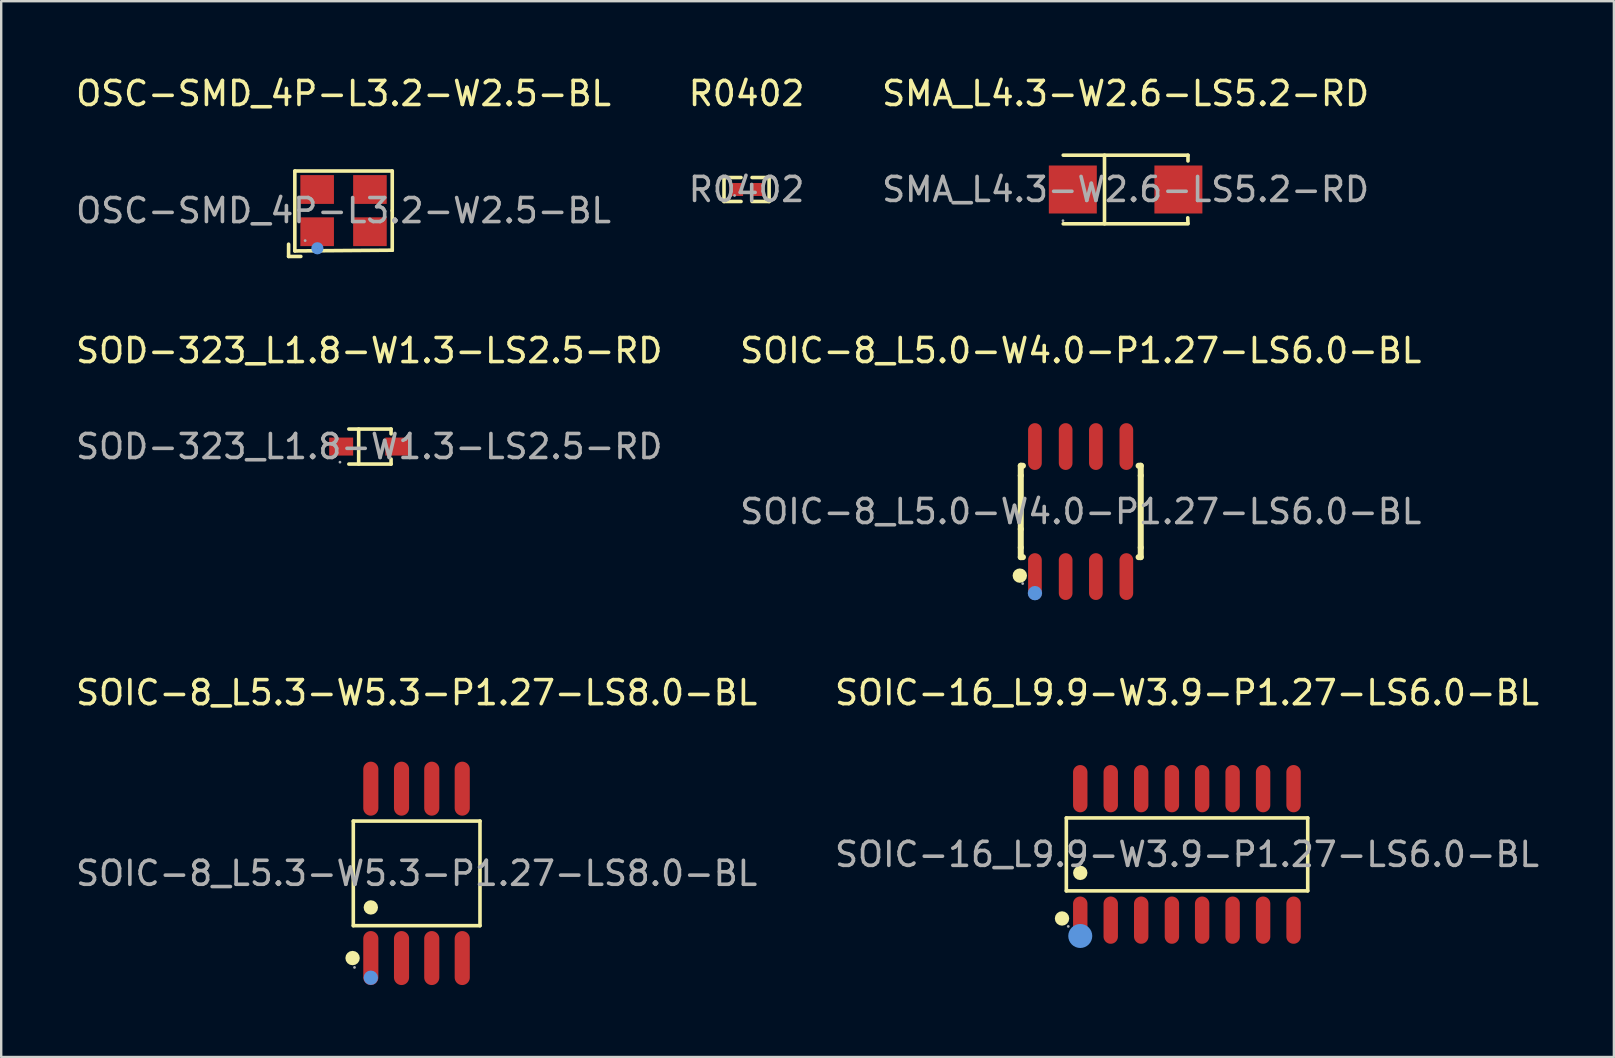
<source format=kicad_pcb>
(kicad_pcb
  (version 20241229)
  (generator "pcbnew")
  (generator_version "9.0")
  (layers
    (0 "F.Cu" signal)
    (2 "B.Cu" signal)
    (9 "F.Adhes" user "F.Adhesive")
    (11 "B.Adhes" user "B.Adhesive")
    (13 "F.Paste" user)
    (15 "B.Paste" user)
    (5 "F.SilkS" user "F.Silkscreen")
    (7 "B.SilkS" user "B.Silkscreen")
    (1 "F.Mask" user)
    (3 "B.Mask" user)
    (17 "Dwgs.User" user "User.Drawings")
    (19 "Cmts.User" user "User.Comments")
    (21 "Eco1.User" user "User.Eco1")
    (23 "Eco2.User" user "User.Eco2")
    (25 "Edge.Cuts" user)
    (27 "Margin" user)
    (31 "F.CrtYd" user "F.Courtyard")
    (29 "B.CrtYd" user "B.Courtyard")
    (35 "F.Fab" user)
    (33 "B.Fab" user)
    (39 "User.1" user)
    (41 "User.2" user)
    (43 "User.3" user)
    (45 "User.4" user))
  (footprint "SOIC-16_L9.9-W3.9-P1.27-LS6.0-BL"
    (layer "F.Cu")
    (at 46.423 32.56)
    (property "Reference" "SOIC-16_L9.9-W3.9-P1.27-LS6.0-BL" (at 0 -6.74 0) (layer "F.SilkS") (effects (font (size 1 1) (thickness 0.15))))
    (attr through_hole)
    (fp_line (start -5.03 -1.52) (end 5.03 -1.52) (stroke (width 0.15) (type solid)) (layer "F.SilkS"))
    (fp_line (start -5.03 1.52) (end -5.03 -1.52) (stroke (width 0.15) (type solid)) (layer "F.SilkS"))
    (fp_line (start 5.03 -1.52) (end 5.03 1.52) (stroke (width 0.15) (type solid)) (layer "F.SilkS"))
    (fp_line (start 5.03 1.52) (end -5.03 1.52) (stroke (width 0.15) (type solid)) (layer "F.SilkS"))
    (fp_circle (center -5.21 2.67) (end -5.06 2.67) (stroke (width 0.3) (type solid)) (fill no) (layer "F.SilkS"))
    (fp_circle (center -4.45 0.77) (end -4.3 0.77) (stroke (width 0.3) (type solid)) (fill no) (layer "F.SilkS"))
    (fp_circle (center -4.45 3.4) (end -4.2 3.4) (stroke (width 0.5) (type solid)) (fill no) (layer "Cmts.User"))
    (fp_circle (center -4.95 3) (end -4.92 3) (stroke (width 0.06) (type solid)) (fill no) (layer "F.Fab"))
    (fp_text user "${REFERENCE}" (at 0 0 0) (layer "F.Fab") (effects (font (size 1 1) (thickness 0.15))))
    (pad "1" smd oval (at -4.45 2.74) (size 0.6 1.97) (layers "F.Cu" "F.Mask" "F.Paste"))
    (pad "2" smd oval (at -3.18 2.74) (size 0.6 1.97) (layers "F.Cu" "F.Mask" "F.Paste"))
    (pad "3" smd oval (at -1.91 2.74) (size 0.6 1.97) (layers "F.Cu" "F.Mask" "F.Paste"))
    (pad "4" smd oval (at -0.63 2.74) (size 0.6 1.97) (layers "F.Cu" "F.Mask" "F.Paste"))
    (pad "5" smd oval (at 0.63 2.74) (size 0.6 1.97) (layers "F.Cu" "F.Mask" "F.Paste"))
    (pad "6" smd oval (at 1.9 2.74) (size 0.6 1.97) (layers "F.Cu" "F.Mask" "F.Paste"))
    (pad "7" smd oval (at 3.17 2.74) (size 0.6 1.97) (layers "F.Cu" "F.Mask" "F.Paste"))
    (pad "8" smd oval (at 4.44 2.74) (size 0.6 1.97) (layers "F.Cu" "F.Mask" "F.Paste"))
    (pad "9" smd oval (at 4.44 -2.74) (size 0.6 1.97) (layers "F.Cu" "F.Mask" "F.Paste"))
    (pad "10" smd oval (at 3.17 -2.74) (size 0.6 1.97) (layers "F.Cu" "F.Mask" "F.Paste"))
    (pad "11" smd oval (at 1.9 -2.74) (size 0.6 1.97) (layers "F.Cu" "F.Mask" "F.Paste"))
    (pad "12" smd oval (at 0.63 -2.74) (size 0.6 1.97) (layers "F.Cu" "F.Mask" "F.Paste"))
    (pad "13" smd oval (at -0.63 -2.74) (size 0.6 1.97) (layers "F.Cu" "F.Mask" "F.Paste"))
    (pad "14" smd oval (at -1.91 -2.74) (size 0.6 1.97) (layers "F.Cu" "F.Mask" "F.Paste"))
    (pad "15" smd oval (at -3.18 -2.74) (size 0.6 1.97) (layers "F.Cu" "F.Mask" "F.Paste"))
    (pad "16" smd oval (at -4.45 -2.74) (size 0.6 1.97) (layers "F.Cu" "F.Mask" "F.Paste")))
  (footprint "SOD-323_L1.8-W1.3-LS2.5-RD"
    (layer "F.Cu")
    (at 12.339 15.562)
    (property "Reference" "SOD-323_L1.8-W1.3-LS2.5-RD" (at 0 -4 0) (layer "F.SilkS") (effects (font (size 1 1) (thickness 0.15))))
    (attr through_hole)
    (fp_line (start -0.85 -0.73) (end 0.91 -0.73) (stroke (width 0.15) (type solid)) (layer "F.SilkS"))
    (fp_line (start -0.85 0.73) (end 0.91 0.73) (stroke (width 0.15) (type solid)) (layer "F.SilkS"))
    (fp_line (start -0.44 -0.73) (end -0.44 0.73) (stroke (width 0.15) (type solid)) (layer "F.SilkS"))
    (fp_line (start 0.91 -0.73) (end 0.91 -0.53) (stroke (width 0.15) (type solid)) (layer "F.SilkS"))
    (fp_line (start 0.91 0.73) (end 0.91 0.52) (stroke (width 0.15) (type solid)) (layer "F.SilkS"))
    (fp_circle (center -1.22 0.65) (end -1.19 0.65) (stroke (width 0.06) (type solid)) (fill no) (layer "F.Fab"))
    (fp_text user "${REFERENCE}" (at 0 0 0) (layer "F.Fab") (effects (font (size 1 1) (thickness 0.15))))
    (pad "1" smd rect (at -1.17 0) (size 1 0.75) (layers "F.Cu" "F.Mask" "F.Paste"))
    (pad "2" smd rect (at 1.17 0) (size 1 0.75) (layers "F.Cu" "F.Mask" "F.Paste")))
  (footprint "OSC-SMD_4P-L3.2-W2.5-BL"
    (layer "F.Cu")
    (at 11.268 5.728)
    (property "Reference" "OSC-SMD_4P-L3.2-W2.5-BL" (at 0 -4.88 0) (layer "F.SilkS") (effects (font (size 1 1) (thickness 0.15))))
    (attr through_hole)
    (fp_line (start -2.29 1.4) (end -2.29 1.91) (stroke (width 0.15) (type solid)) (layer "F.SilkS"))
    (fp_line (start -2.29 1.91) (end -1.78 1.91) (stroke (width 0.15) (type solid)) (layer "F.SilkS"))
    (fp_line (start -2.03 -1.65) (end 2.03 -1.65) (stroke (width 0.15) (type solid)) (layer "F.SilkS"))
    (fp_line (start -2.03 1.68) (end -2.03 -1.65) (stroke (width 0.15) (type solid)) (layer "F.SilkS"))
    (fp_line (start 2.03 -1.65) (end 2.03 0) (stroke (width 0.15) (type solid)) (layer "F.SilkS"))
    (fp_line (start 2.03 0) (end 2.03 1.65) (stroke (width 0.15) (type solid)) (layer "F.SilkS"))
    (fp_line (start 2.03 1.65) (end -2.03 1.68) (stroke (width 0.15) (type solid)) (layer "F.SilkS"))
    (fp_line (start 2.03 1.65) (end 2.03 1.65) (stroke (width 0.15) (type solid)) (layer "F.SilkS"))
    (fp_circle (center -1.09 1.57) (end -0.96 1.57) (stroke (width 0.25) (type solid)) (fill no) (layer "Cmts.User"))
    (fp_circle (center -1.6 1.25) (end -1.57 1.25) (stroke (width 0.06) (type solid)) (fill no) (layer "F.Fab"))
    (fp_text user "${REFERENCE}" (at 0 0 0) (layer "F.Fab") (effects (font (size 1 1) (thickness 0.15))))
    (pad "1" smd rect (at -1.1 0.88) (size 1.4 1.2) (layers "F.Cu" "F.Mask" "F.Paste"))
    (pad "2" smd rect (at 1.1 0.88) (size 1.4 1.2) (layers "F.Cu" "F.Mask" "F.Paste"))
    (pad "3" smd rect (at 1.1 -0.88) (size 1.4 1.2) (layers "F.Cu" "F.Mask" "F.Paste"))
    (pad "4" smd rect (at -1.1 -0.88) (size 1.4 1.2) (layers "F.Cu" "F.Mask" "F.Paste")))
  (footprint "SOIC-8_L5.0-W4.0-P1.27-LS6.0-BL"
    (layer "F.Cu")
    (at 41.994 18.271)
    (property "Reference" "SOIC-8_L5.0-W4.0-P1.27-LS6.0-BL" (at 0 -6.71 0) (layer "F.SilkS") (effects (font (size 1 1) (thickness 0.15))))
    (attr through_hole)
    (fp_line (start -2.5 -1.91) (end -2.41 -1.91) (stroke (width 0.25) (type solid)) (layer "F.SilkS"))
    (fp_line (start -2.5 -1.5) (end -2.5 -1.91) (stroke (width 0.25) (type solid)) (layer "F.SilkS"))
    (fp_line (start -2.5 -1.5) (end -2.5 0.73) (stroke (width 0.25) (type solid)) (layer "F.SilkS"))
    (fp_line (start -2.5 1.5) (end -2.5 0.73) (stroke (width 0.25) (type solid)) (layer "F.SilkS"))
    (fp_line (start -2.5 1.5) (end -2.5 1.9) (stroke (width 0.25) (type solid)) (layer "F.SilkS"))
    (fp_line (start -2.5 1.9) (end -2.41 1.9) (stroke (width 0.25) (type solid)) (layer "F.SilkS"))
    (fp_line (start 2.5 -1.91) (end 2.41 -1.91) (stroke (width 0.25) (type solid)) (layer "F.SilkS"))
    (fp_line (start 2.5 -1.5) (end 2.5 -1.91) (stroke (width 0.25) (type solid)) (layer "F.SilkS"))
    (fp_line (start 2.5 -1.5) (end 2.5 1.5) (stroke (width 0.25) (type solid)) (layer "F.SilkS"))
    (fp_line (start 2.5 1.5) (end 2.5 1.9) (stroke (width 0.25) (type solid)) (layer "F.SilkS"))
    (fp_line (start 2.5 1.9) (end 2.41 1.9) (stroke (width 0.25) (type solid)) (layer "F.SilkS"))
    (fp_circle (center -2.54 2.67) (end -2.39 2.67) (stroke (width 0.3) (type solid)) (fill no) (layer "F.SilkS"))
    (fp_circle (center -1.91 3.4) (end -1.76 3.4) (stroke (width 0.3) (type solid)) (fill no) (layer "Cmts.User"))
    (fp_circle (center -2.42 3) (end -2.39 3) (stroke (width 0.06) (type solid)) (fill no) (layer "F.Fab"))
    (fp_text user "${REFERENCE}" (at 0 0 0) (layer "F.Fab") (effects (font (size 1 1) (thickness 0.15))))
    (pad "1" smd oval (at -1.91 2.71) (size 0.57 1.95) (layers "F.Cu" "F.Mask" "F.Paste"))
    (pad "2" smd oval (at -0.63 2.71) (size 0.57 1.95) (layers "F.Cu" "F.Mask" "F.Paste"))
    (pad "3" smd oval (at 0.63 2.71) (size 0.57 1.95) (layers "F.Cu" "F.Mask" "F.Paste"))
    (pad "4" smd oval (at 1.9 2.71) (size 0.57 1.95) (layers "F.Cu" "F.Mask" "F.Paste"))
    (pad "5" smd oval (at 1.9 -2.71) (size 0.57 1.95) (layers "F.Cu" "F.Mask" "F.Paste"))
    (pad "6" smd oval (at 0.63 -2.71) (size 0.57 1.95) (layers "F.Cu" "F.Mask" "F.Paste"))
    (pad "7" smd oval (at -0.63 -2.71) (size 0.57 1.95) (layers "F.Cu" "F.Mask" "F.Paste"))
    (pad "8" smd oval (at -1.91 -2.71) (size 0.57 1.95) (layers "F.Cu" "F.Mask" "F.Paste")))
  (footprint "SMA_L4.3-W2.6-LS5.2-RD"
    (layer "F.Cu")
    (at 43.863 4.848)
    (property "Reference" "SMA_L4.3-W2.6-LS5.2-RD" (at 0 -4 0) (layer "F.SilkS") (effects (font (size 1 1) (thickness 0.15))))
    (attr through_hole)
    (fp_line (start -2.6 -1.43) (end 2.6 -1.43) (stroke (width 0.15) (type solid)) (layer "F.SilkS"))
    (fp_line (start -2.6 1.43) (end 2.6 1.43) (stroke (width 0.15) (type solid)) (layer "F.SilkS"))
    (fp_line (start -0.88 -1.43) (end -0.88 1.43) (stroke (width 0.15) (type solid)) (layer "F.SilkS"))
    (fp_line (start 2.59 1.18) (end 2.6 1.41) (stroke (width 0.15) (type solid)) (layer "F.SilkS"))
    (fp_line (start 2.6 -1.43) (end 2.6 -1.19) (stroke (width 0.15) (type solid)) (layer "F.SilkS"))
    (fp_circle (center -2.61 1.3) (end -2.58 1.3) (stroke (width 0.06) (type solid)) (fill no) (layer "F.Fab"))
    (fp_text user "${REFERENCE}" (at 0 0 0) (layer "F.Fab") (effects (font (size 1 1) (thickness 0.15))))
    (pad "1" smd rect (at -2.2 0 180) (size 2 2) (layers "F.Cu" "F.Mask" "F.Paste"))
    (pad "2" smd rect (at 2.2 0 180) (size 2 2) (layers "F.Cu" "F.Mask" "F.Paste")))
  (footprint "SOIC-8_L5.3-W5.3-P1.27-LS8.0-BL"
    (layer "F.Cu")
    (at 14.315 33.35)
    (property "Reference" "SOIC-8_L5.3-W5.3-P1.27-LS8.0-BL" (at 0 -7.53 0) (layer "F.SilkS") (effects (font (size 1 1) (thickness 0.15))))
    (attr through_hole)
    (fp_line (start -2.64 -2.18) (end 2.64 -2.18) (stroke (width 0.15) (type solid)) (layer "F.SilkS"))
    (fp_line (start -2.64 2.18) (end -2.64 -2.18) (stroke (width 0.15) (type solid)) (layer "F.SilkS"))
    (fp_line (start 2.64 -2.18) (end 2.64 2.18) (stroke (width 0.15) (type solid)) (layer "F.SilkS"))
    (fp_line (start 2.64 2.18) (end -2.64 2.18) (stroke (width 0.15) (type solid)) (layer "F.SilkS"))
    (fp_circle (center -2.67 3.53) (end -2.52 3.53) (stroke (width 0.3) (type solid)) (fill no) (layer "F.SilkS"))
    (fp_circle (center -1.91 1.42) (end -1.76 1.42) (stroke (width 0.3) (type solid)) (fill no) (layer "F.SilkS"))
    (fp_circle (center -1.91 4.35) (end -1.76 4.35) (stroke (width 0.3) (type solid)) (fill no) (layer "Cmts.User"))
    (fp_circle (center -2.59 3.92) (end -2.56 3.92) (stroke (width 0.06) (type solid)) (fill no) (layer "F.Fab"))
    (fp_text user "${REFERENCE}" (at 0 0 0) (layer "F.Fab") (effects (font (size 1 1) (thickness 0.15))))
    (pad "1" smd oval (at -1.91 3.53) (size 0.63 2.25) (layers "F.Cu" "F.Mask" "F.Paste"))
    (pad "2" smd oval (at -0.63 3.53) (size 0.63 2.25) (layers "F.Cu" "F.Mask" "F.Paste"))
    (pad "3" smd oval (at 0.63 3.53) (size 0.63 2.25) (layers "F.Cu" "F.Mask" "F.Paste"))
    (pad "4" smd oval (at 1.9 3.53) (size 0.63 2.25) (layers "F.Cu" "F.Mask" "F.Paste"))
    (pad "5" smd oval (at 1.9 -3.53) (size 0.63 2.25) (layers "F.Cu" "F.Mask" "F.Paste"))
    (pad "6" smd oval (at 0.63 -3.53) (size 0.63 2.25) (layers "F.Cu" "F.Mask" "F.Paste"))
    (pad "7" smd oval (at -0.63 -3.53) (size 0.63 2.25) (layers "F.Cu" "F.Mask" "F.Paste"))
    (pad "8" smd oval (at -1.91 -3.53) (size 0.63 2.25) (layers "F.Cu" "F.Mask" "F.Paste")))
  (footprint "R0402"
    (layer "F.Cu")
    (at 28.065 4.848)
    (property "Reference" "R0402" (at 0 -4 0) (layer "F.SilkS") (effects (font (size 1 1) (thickness 0.15))))
    (attr through_hole)
    (fp_line (start -0.94 -0.5) (end -0.23 -0.5) (stroke (width 0.15) (type solid)) (layer "F.SilkS"))
    (fp_line (start -0.94 0.5) (end -0.94 -0.5) (stroke (width 0.15) (type solid)) (layer "F.SilkS"))
    (fp_line (start -0.23 0.5) (end -0.94 0.5) (stroke (width 0.15) (type solid)) (layer "F.SilkS"))
    (fp_line (start 0.23 0.5) (end 0.94 0.5) (stroke (width 0.15) (type solid)) (layer "F.SilkS"))
    (fp_line (start 0.94 -0.5) (end 0.23 -0.5) (stroke (width 0.15) (type solid)) (layer "F.SilkS"))
    (fp_line (start 0.94 0.5) (end 0.94 -0.5) (stroke (width 0.15) (type solid)) (layer "F.SilkS"))
    (fp_circle (center -0.5 0.25) (end -0.47 0.25) (stroke (width 0.06) (type solid)) (fill no) (layer "F.Fab"))
    (fp_text user "${REFERENCE}" (at 0 0 0) (layer "F.Fab") (effects (font (size 1 1) (thickness 0.15))))
    (pad "1" smd rect (at -0.43 0) (size 0.57 0.54) (layers "F.Cu" "F.Mask" "F.Paste"))
    (pad "2" smd rect (at 0.43 0) (size 0.57 0.54) (layers "F.Cu" "F.Mask" "F.Paste")))
  (gr_rect
    (start -3 -3)
    (end 64.214 41.005)
    (stroke (width 0.1) (type default))
    (fill no)
    (layer "Edge.Cuts")))
</source>
